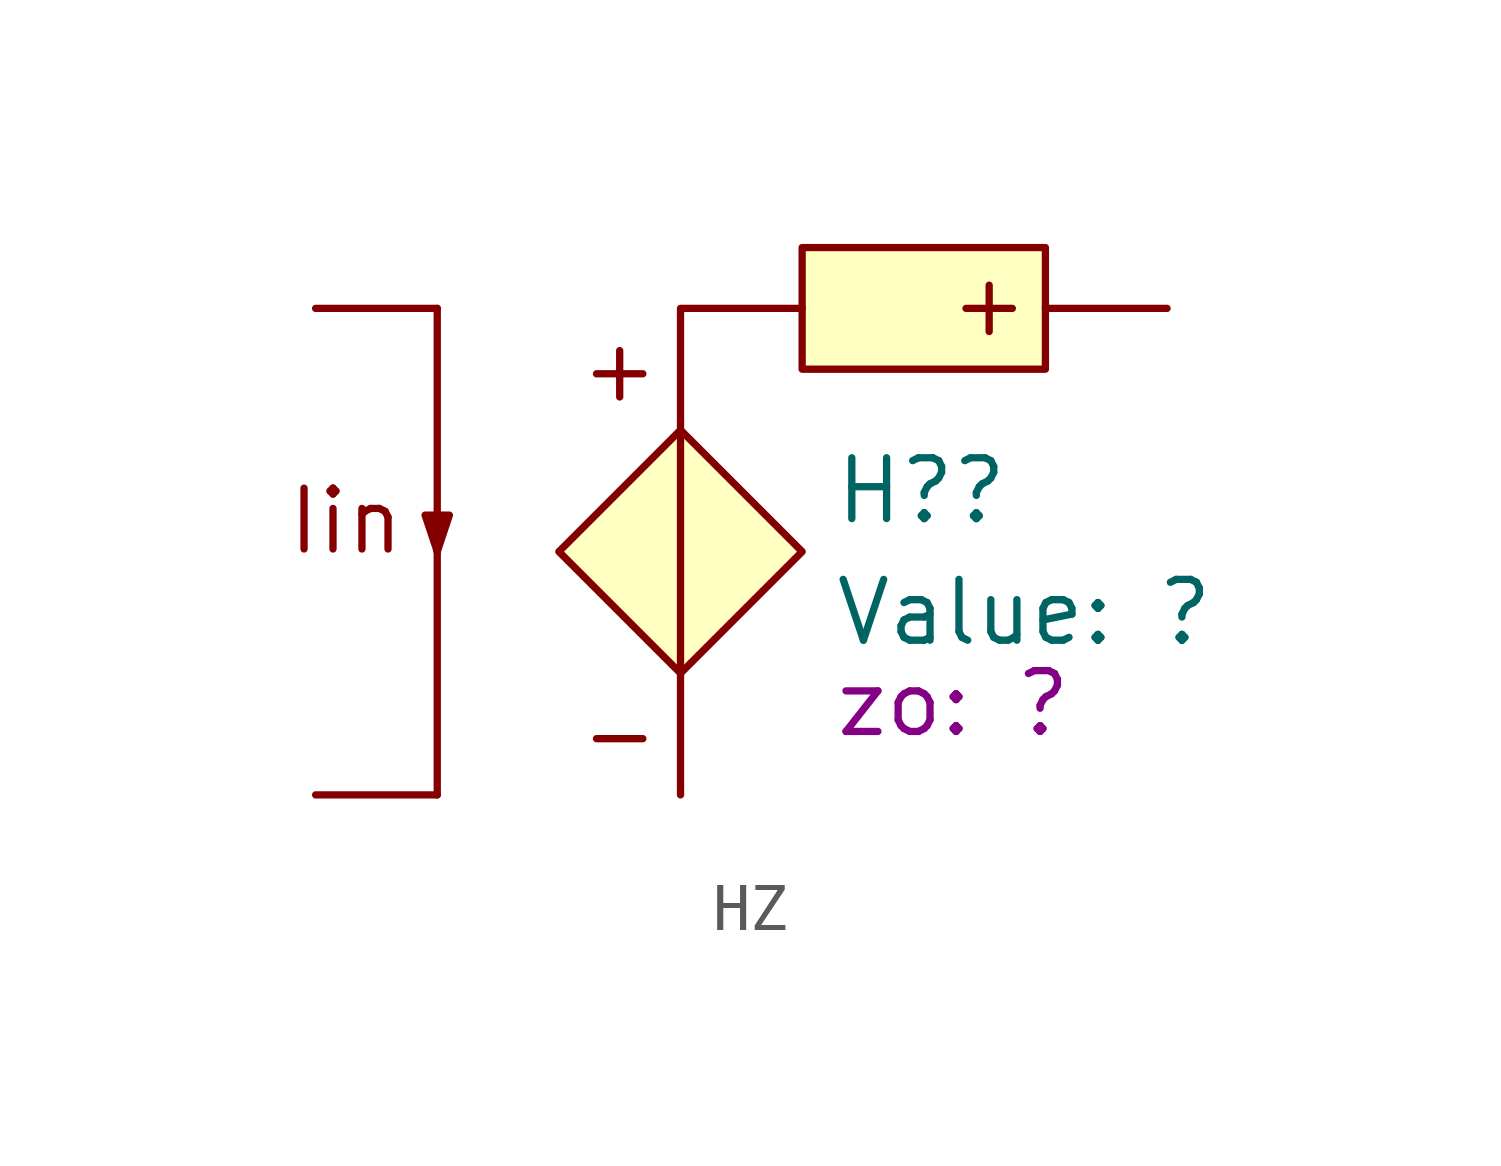
<source format=kicad_sym>
(kicad_symbol_lib
  (version 20231120)
  (generator "kicad_symbol_editor")
  (generator_version "8.0")
  (symbol "HZ"
    (pin_numbers hide)
    (pin_names
      (offset 0) hide)
    (property "Reference" "H?"
      (at 3.175 1.27 0)
      (effects (font (size 1.27 1.27)) (justify left)))
    (property "Value" "?"
      (at 3.175 -1.27 0)
      (show_name)
      (effects (font (size 1.27 1.27)) (justify left)))
    (property "zo" "?"
      (at 3.175 -3.175 0)
      (show_name)
      (effects (font (size 1.27 1.27)) (justify left)))
    (symbol "HZ_0_0"
      (text "+" (at -1.27 3.81 0) (effects (font (size 1.27 1.27))))
      (text "+" (at 6.35 5.08 900) (effects (font (size 1.27 1.27))))
      (text "-" (at -1.27 -3.81 0) (effects (font (size 1.27 1.27)))))
    (symbol "HZ_0_1"
      (polyline (pts (xy -5.08 0) (xy -5.08 -5.08)) (stroke (width 0) (type default)) (fill (type none)))
      (polyline (pts (xy -5.08 0) (xy -5.08 5.08)) (stroke (width 0) (type solid)) (fill (type none)))
      (polyline (pts (xy 0 2.54) (xy 0 -2.54)) (stroke (width 0) (type solid)) (fill (type none)))
      (polyline (pts (xy 0 2.54) (xy 0 5.08) (xy 2.54 5.08)) (stroke (width 0) (type default)) (fill (type none)))
      (polyline (pts (xy -5.08 0) (xy -5.334 0.762) (xy -4.826 0.762) (xy -5.08 0)) (stroke (width 0) (type solid)) (fill (type outline))))
    (symbol "HZ_1_0"
      (pin power_out line (at 10.16 5.08 180) (length 2.54) (name "outP" (effects (font (size 1.27 1.27)))) (number "1" (effects (font (size 1.27 1.27)))))
      (pin power_out line (at 0 -5.08 90) (length 2.54) (name "outN" (effects (font (size 1.27 1.27)))) (number "2" (effects (font (size 1.27 1.27))))))
    (symbol "HZ_1_1"
      (polyline (pts (xy 0 2.54) (xy -2.54 0) (xy 0 -2.54) (xy 2.54 0) (xy 0 2.54)) (stroke (width 0) (type default)) (fill (type background)))
      (rectangle (start 2.54 6.35) (end 7.62 3.81) (stroke (width 0) (type solid)) (fill (type background)))
      (text "Iin" (at -6.985 0.635 0) (effects (font (size 1.27 1.27))))
      (pin input line (at -7.62 5.08 0) (length 2.54) (name "inp" (effects (font (size 1.27 1.27)))) (number "3" (effects (font (size 1.27 1.27)))))
      (pin input line (at -7.62 -5.08 0) (length 2.54) (name "inN" (effects (font (size 1.27 1.27)))) (number "4" (effects (font (size 1.27 1.27))))))))
</source>
